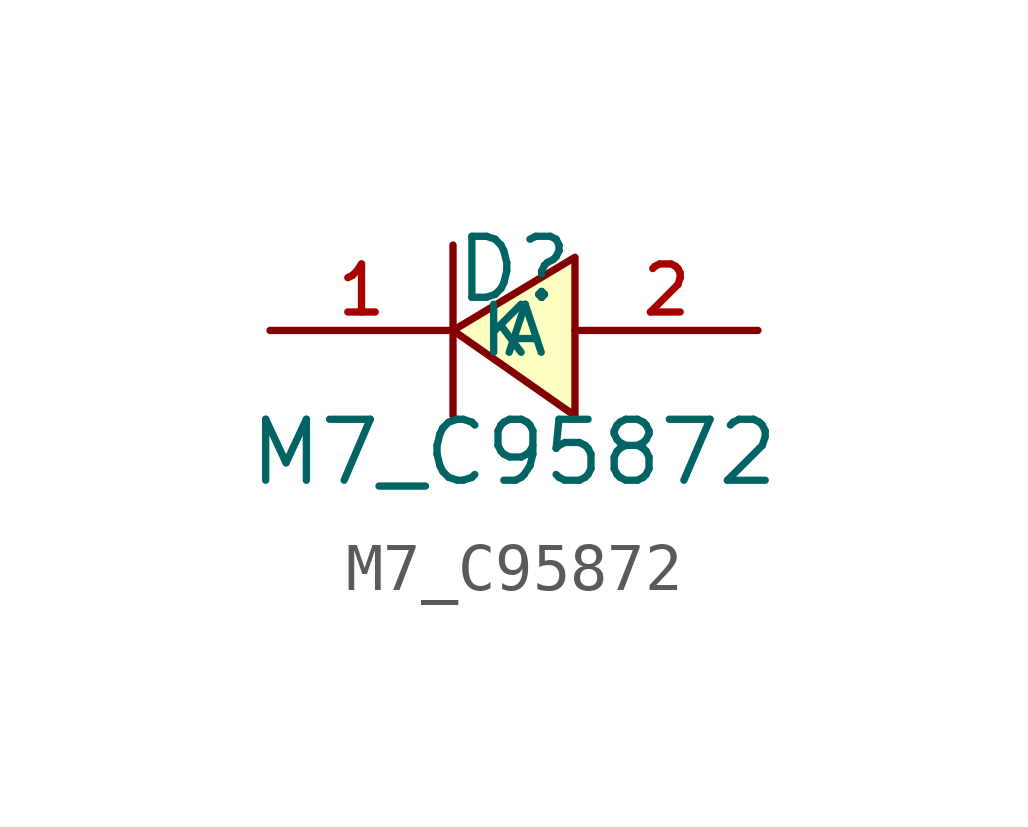
<source format=kicad_sym>
(kicad_symbol_lib
  (version 20210201)
  (generator TousstNicolas/JLC2KiCad_lib)
  (symbol "M7_C95872"
    (property "Reference" "D"
      (at 0 1.27 0)
      (effects (font (size 1.27 1.27))))
    (property "Value" "M7_C95872"
      (at 0 -2.54 0)
      (effects (font (size 1.27 1.27))))
    (symbol "M7_C95872_0_1"
      (pin unspecified line (at 5.08 -0.0 180) (length 3.81) (name "A" (effects (font (size 1 1)))) (number "2" (effects (font (size 1 1)))))
      (pin unspecified line (at -5.08 -0.0 0) (length 3.81) (name "K" (effects (font (size 1 1)))) (number "1" (effects (font (size 1 1)))))
      (polyline (pts (xy 1.27 1.524) (xy -1.27 -0.0) (xy 1.27 -1.778) (xy 1.27 1.524)) (stroke (width 0) (type default) (color 0 0 0 0)) (fill (type background)))
      (polyline (pts (xy -1.27 1.778) (xy -1.27 -1.778)) (stroke (width 0) (type default) (color 0 0 0 0)) (fill (type none))))))
</source>
